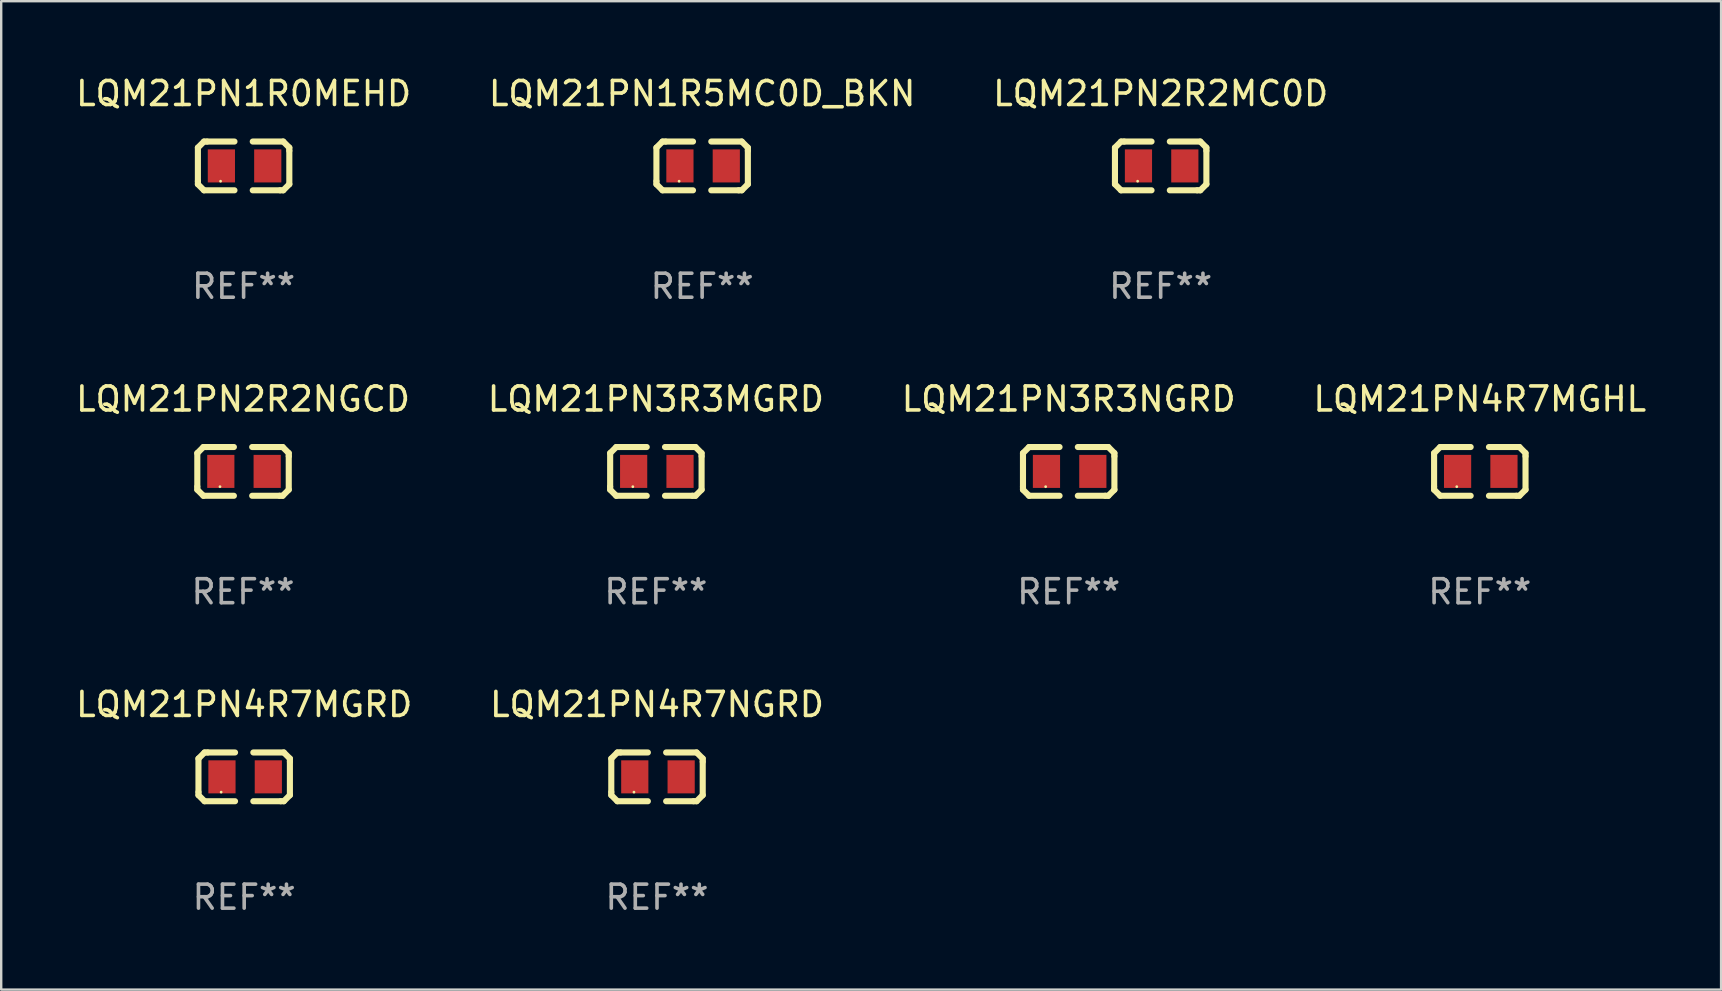
<source format=kicad_pcb>
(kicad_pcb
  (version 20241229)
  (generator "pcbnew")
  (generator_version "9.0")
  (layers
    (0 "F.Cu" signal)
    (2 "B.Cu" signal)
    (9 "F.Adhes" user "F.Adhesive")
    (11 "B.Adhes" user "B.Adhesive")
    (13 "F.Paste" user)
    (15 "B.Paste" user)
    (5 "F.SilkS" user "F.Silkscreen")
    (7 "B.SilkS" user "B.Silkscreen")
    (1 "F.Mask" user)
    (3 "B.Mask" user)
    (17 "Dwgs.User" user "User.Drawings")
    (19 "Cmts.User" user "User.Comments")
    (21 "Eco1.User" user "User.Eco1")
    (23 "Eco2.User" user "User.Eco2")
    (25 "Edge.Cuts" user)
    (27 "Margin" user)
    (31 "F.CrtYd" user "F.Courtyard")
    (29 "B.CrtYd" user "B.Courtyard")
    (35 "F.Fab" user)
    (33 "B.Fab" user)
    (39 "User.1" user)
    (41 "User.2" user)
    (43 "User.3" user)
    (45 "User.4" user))
  (footprint "LQM21PN2R2NGCD"
    (layer "F.Cu")
    (at 7.077 16.593)
    (property "Reference" "LQM21PN2R2NGCD" (at 0 -3.016 0) (layer "F.SilkS") (effects (font (size 1 1) (thickness 0.15))))
    (attr through_hole)
    (fp_line (start -1.905 -0.762) (end -1.905 0.635) (stroke (width 0.254) (type solid)) (layer "F.SilkS"))
    (fp_line (start -1.905 0.635) (end -1.905 0.762) (stroke (width 0.254) (type solid)) (layer "F.SilkS"))
    (fp_line (start -1.905 0.762) (end -1.651 1.016) (stroke (width 0.254) (type solid)) (layer "F.SilkS"))
    (fp_line (start -1.651 -1.016) (end -1.905 -0.762) (stroke (width 0.254) (type solid)) (layer "F.SilkS"))
    (fp_line (start -1.651 1.016) (end -0.381 1.016) (stroke (width 0.254) (type solid)) (layer "F.SilkS"))
    (fp_line (start -1.524 -1.016) (end -1.651 -1.016) (stroke (width 0.254) (type solid)) (layer "F.SilkS"))
    (fp_line (start -0.381 -1.016) (end -1.524 -1.016) (stroke (width 0.254) (type solid)) (layer "F.SilkS"))
    (fp_line (start 0.381 1.016) (end 1.524 1.016) (stroke (width 0.254) (type solid)) (layer "F.SilkS"))
    (fp_line (start 1.524 1.016) (end 1.651 1.016) (stroke (width 0.254) (type solid)) (layer "F.SilkS"))
    (fp_line (start 1.651 -1.016) (end 0.381 -1.016) (stroke (width 0.254) (type solid)) (layer "F.SilkS"))
    (fp_line (start 1.651 1.016) (end 1.905 0.762) (stroke (width 0.254) (type solid)) (layer "F.SilkS"))
    (fp_line (start 1.905 -0.762) (end 1.651 -1.016) (stroke (width 0.254) (type solid)) (layer "F.SilkS"))
    (fp_line (start 1.905 -0.635) (end 1.905 -0.762) (stroke (width 0.254) (type solid)) (layer "F.SilkS"))
    (fp_line (start 1.905 0.762) (end 1.905 -0.635) (stroke (width 0.254) (type solid)) (layer "F.SilkS"))
    (fp_circle (center -0.96 0.637) (end -0.93 0.637) (stroke (width 0.06) (type solid)) (fill no) (layer "F.SilkS"))
    (fp_text user "REF**" (at 0 5.016 0) (layer "F.Fab") (effects (font (size 1 1) (thickness 0.15))))
    (pad "1" smd rect (at -0.926 -0.000051) (size 1.133 1.377) (layers "F.Cu" "F.Mask" "F.Paste"))
    (pad "2" smd rect (at 1.006 -0.000051) (size 1.133 1.377) (layers "F.Cu" "F.Mask" "F.Paste")))
  (footprint "LQM21PN3R3MGRD"
    (layer "F.Cu")
    (at 24.28 16.593)
    (property "Reference" "LQM21PN3R3MGRD" (at 0 -3.016 0) (layer "F.SilkS") (effects (font (size 1 1) (thickness 0.15))))
    (attr through_hole)
    (fp_line (start -1.905 -0.762) (end -1.905 0.635) (stroke (width 0.254) (type solid)) (layer "F.SilkS"))
    (fp_line (start -1.905 0.635) (end -1.905 0.762) (stroke (width 0.254) (type solid)) (layer "F.SilkS"))
    (fp_line (start -1.905 0.762) (end -1.651 1.016) (stroke (width 0.254) (type solid)) (layer "F.SilkS"))
    (fp_line (start -1.651 -1.016) (end -1.905 -0.762) (stroke (width 0.254) (type solid)) (layer "F.SilkS"))
    (fp_line (start -1.651 1.016) (end -0.381 1.016) (stroke (width 0.254) (type solid)) (layer "F.SilkS"))
    (fp_line (start -1.524 -1.016) (end -1.651 -1.016) (stroke (width 0.254) (type solid)) (layer "F.SilkS"))
    (fp_line (start -0.381 -1.016) (end -1.524 -1.016) (stroke (width 0.254) (type solid)) (layer "F.SilkS"))
    (fp_line (start 0.381 1.016) (end 1.524 1.016) (stroke (width 0.254) (type solid)) (layer "F.SilkS"))
    (fp_line (start 1.524 1.016) (end 1.651 1.016) (stroke (width 0.254) (type solid)) (layer "F.SilkS"))
    (fp_line (start 1.651 -1.016) (end 0.381 -1.016) (stroke (width 0.254) (type solid)) (layer "F.SilkS"))
    (fp_line (start 1.651 1.016) (end 1.905 0.762) (stroke (width 0.254) (type solid)) (layer "F.SilkS"))
    (fp_line (start 1.905 -0.762) (end 1.651 -1.016) (stroke (width 0.254) (type solid)) (layer "F.SilkS"))
    (fp_line (start 1.905 -0.635) (end 1.905 -0.762) (stroke (width 0.254) (type solid)) (layer "F.SilkS"))
    (fp_line (start 1.905 0.762) (end 1.905 -0.635) (stroke (width 0.254) (type solid)) (layer "F.SilkS"))
    (fp_circle (center -0.96 0.637) (end -0.93 0.637) (stroke (width 0.06) (type solid)) (fill no) (layer "F.SilkS"))
    (fp_text user "REF**" (at 0 5.016 0) (layer "F.Fab") (effects (font (size 1 1) (thickness 0.15))))
    (pad "1" smd rect (at -0.926 -0.000051) (size 1.133 1.377) (layers "F.Cu" "F.Mask" "F.Paste"))
    (pad "2" smd rect (at 1.006 -0.000051) (size 1.133 1.377) (layers "F.Cu" "F.Mask" "F.Paste")))
  (footprint "LQM21PN2R2MC0D"
    (layer "F.Cu")
    (at 45.315 3.864)
    (property "Reference" "LQM21PN2R2MC0D" (at 0 -3.016 0) (layer "F.SilkS") (effects (font (size 1 1) (thickness 0.15))))
    (attr through_hole)
    (fp_line (start -1.905 -0.762) (end -1.905 0.635) (stroke (width 0.254) (type solid)) (layer "F.SilkS"))
    (fp_line (start -1.905 0.635) (end -1.905 0.762) (stroke (width 0.254) (type solid)) (layer "F.SilkS"))
    (fp_line (start -1.905 0.762) (end -1.651 1.016) (stroke (width 0.254) (type solid)) (layer "F.SilkS"))
    (fp_line (start -1.651 -1.016) (end -1.905 -0.762) (stroke (width 0.254) (type solid)) (layer "F.SilkS"))
    (fp_line (start -1.651 1.016) (end -0.381 1.016) (stroke (width 0.254) (type solid)) (layer "F.SilkS"))
    (fp_line (start -1.524 -1.016) (end -1.651 -1.016) (stroke (width 0.254) (type solid)) (layer "F.SilkS"))
    (fp_line (start -0.381 -1.016) (end -1.524 -1.016) (stroke (width 0.254) (type solid)) (layer "F.SilkS"))
    (fp_line (start 0.381 1.016) (end 1.524 1.016) (stroke (width 0.254) (type solid)) (layer "F.SilkS"))
    (fp_line (start 1.524 1.016) (end 1.651 1.016) (stroke (width 0.254) (type solid)) (layer "F.SilkS"))
    (fp_line (start 1.651 -1.016) (end 0.381 -1.016) (stroke (width 0.254) (type solid)) (layer "F.SilkS"))
    (fp_line (start 1.651 1.016) (end 1.905 0.762) (stroke (width 0.254) (type solid)) (layer "F.SilkS"))
    (fp_line (start 1.905 -0.762) (end 1.651 -1.016) (stroke (width 0.254) (type solid)) (layer "F.SilkS"))
    (fp_line (start 1.905 -0.635) (end 1.905 -0.762) (stroke (width 0.254) (type solid)) (layer "F.SilkS"))
    (fp_line (start 1.905 0.762) (end 1.905 -0.635) (stroke (width 0.254) (type solid)) (layer "F.SilkS"))
    (fp_circle (center -0.96 0.637) (end -0.93 0.637) (stroke (width 0.06) (type solid)) (fill no) (layer "F.SilkS"))
    (fp_text user "REF**" (at 0 5.016 0) (layer "F.Fab") (effects (font (size 1 1) (thickness 0.15))))
    (pad "1" smd rect (at -0.926 -0.000051) (size 1.133 1.377) (layers "F.Cu" "F.Mask" "F.Paste"))
    (pad "2" smd rect (at 1.006 -0.000051) (size 1.133 1.377) (layers "F.Cu" "F.Mask" "F.Paste")))
  (footprint "LQM21PN4R7NGRD"
    (layer "F.Cu")
    (at 24.327 29.321)
    (property "Reference" "LQM21PN4R7NGRD" (at 0 -3.016 0) (layer "F.SilkS") (effects (font (size 1 1) (thickness 0.15))))
    (attr through_hole)
    (fp_line (start -1.905 -0.762) (end -1.905 0.635) (stroke (width 0.254) (type solid)) (layer "F.SilkS"))
    (fp_line (start -1.905 0.635) (end -1.905 0.762) (stroke (width 0.254) (type solid)) (layer "F.SilkS"))
    (fp_line (start -1.905 0.762) (end -1.651 1.016) (stroke (width 0.254) (type solid)) (layer "F.SilkS"))
    (fp_line (start -1.651 -1.016) (end -1.905 -0.762) (stroke (width 0.254) (type solid)) (layer "F.SilkS"))
    (fp_line (start -1.651 1.016) (end -0.381 1.016) (stroke (width 0.254) (type solid)) (layer "F.SilkS"))
    (fp_line (start -1.524 -1.016) (end -1.651 -1.016) (stroke (width 0.254) (type solid)) (layer "F.SilkS"))
    (fp_line (start -0.381 -1.016) (end -1.524 -1.016) (stroke (width 0.254) (type solid)) (layer "F.SilkS"))
    (fp_line (start 0.381 1.016) (end 1.524 1.016) (stroke (width 0.254) (type solid)) (layer "F.SilkS"))
    (fp_line (start 1.524 1.016) (end 1.651 1.016) (stroke (width 0.254) (type solid)) (layer "F.SilkS"))
    (fp_line (start 1.651 -1.016) (end 0.381 -1.016) (stroke (width 0.254) (type solid)) (layer "F.SilkS"))
    (fp_line (start 1.651 1.016) (end 1.905 0.762) (stroke (width 0.254) (type solid)) (layer "F.SilkS"))
    (fp_line (start 1.905 -0.762) (end 1.651 -1.016) (stroke (width 0.254) (type solid)) (layer "F.SilkS"))
    (fp_line (start 1.905 -0.635) (end 1.905 -0.762) (stroke (width 0.254) (type solid)) (layer "F.SilkS"))
    (fp_line (start 1.905 0.762) (end 1.905 -0.635) (stroke (width 0.254) (type solid)) (layer "F.SilkS"))
    (fp_circle (center -0.96 0.637) (end -0.93 0.637) (stroke (width 0.06) (type solid)) (fill no) (layer "F.SilkS"))
    (fp_text user "REF**" (at 0 5.016 0) (layer "F.Fab") (effects (font (size 1 1) (thickness 0.15))))
    (pad "1" smd rect (at -0.926 -0.000051) (size 1.133 1.377) (layers "F.Cu" "F.Mask" "F.Paste"))
    (pad "2" smd rect (at 1.006 -0.000051) (size 1.133 1.377) (layers "F.Cu" "F.Mask" "F.Paste")))
  (footprint "LQM21PN1R0MEHD"
    (layer "F.Cu")
    (at 7.101 3.864)
    (property "Reference" "LQM21PN1R0MEHD" (at 0 -3.016 0) (layer "F.SilkS") (effects (font (size 1 1) (thickness 0.15))))
    (attr through_hole)
    (fp_line (start -1.905 -0.762) (end -1.905 0.635) (stroke (width 0.254) (type solid)) (layer "F.SilkS"))
    (fp_line (start -1.905 0.635) (end -1.905 0.762) (stroke (width 0.254) (type solid)) (layer "F.SilkS"))
    (fp_line (start -1.905 0.762) (end -1.651 1.016) (stroke (width 0.254) (type solid)) (layer "F.SilkS"))
    (fp_line (start -1.651 -1.016) (end -1.905 -0.762) (stroke (width 0.254) (type solid)) (layer "F.SilkS"))
    (fp_line (start -1.651 1.016) (end -0.381 1.016) (stroke (width 0.254) (type solid)) (layer "F.SilkS"))
    (fp_line (start -1.524 -1.016) (end -1.651 -1.016) (stroke (width 0.254) (type solid)) (layer "F.SilkS"))
    (fp_line (start -0.381 -1.016) (end -1.524 -1.016) (stroke (width 0.254) (type solid)) (layer "F.SilkS"))
    (fp_line (start 0.381 1.016) (end 1.524 1.016) (stroke (width 0.254) (type solid)) (layer "F.SilkS"))
    (fp_line (start 1.524 1.016) (end 1.651 1.016) (stroke (width 0.254) (type solid)) (layer "F.SilkS"))
    (fp_line (start 1.651 -1.016) (end 0.381 -1.016) (stroke (width 0.254) (type solid)) (layer "F.SilkS"))
    (fp_line (start 1.651 1.016) (end 1.905 0.762) (stroke (width 0.254) (type solid)) (layer "F.SilkS"))
    (fp_line (start 1.905 -0.762) (end 1.651 -1.016) (stroke (width 0.254) (type solid)) (layer "F.SilkS"))
    (fp_line (start 1.905 -0.635) (end 1.905 -0.762) (stroke (width 0.254) (type solid)) (layer "F.SilkS"))
    (fp_line (start 1.905 0.762) (end 1.905 -0.635) (stroke (width 0.254) (type solid)) (layer "F.SilkS"))
    (fp_circle (center -0.96 0.637) (end -0.93 0.637) (stroke (width 0.06) (type solid)) (fill no) (layer "F.SilkS"))
    (fp_text user "REF**" (at 0 5.016 0) (layer "F.Fab") (effects (font (size 1 1) (thickness 0.15))))
    (pad "1" smd rect (at -0.926 -0.000051) (size 1.133 1.377) (layers "F.Cu" "F.Mask" "F.Paste"))
    (pad "2" smd rect (at 1.006 -0.000051) (size 1.133 1.377) (layers "F.Cu" "F.Mask" "F.Paste")))
  (footprint "LQM21PN3R3NGRD"
    (layer "F.Cu")
    (at 41.482 16.593)
    (property "Reference" "LQM21PN3R3NGRD" (at 0 -3.016 0) (layer "F.SilkS") (effects (font (size 1 1) (thickness 0.15))))
    (attr through_hole)
    (fp_line (start -1.905 -0.762) (end -1.905 0.635) (stroke (width 0.254) (type solid)) (layer "F.SilkS"))
    (fp_line (start -1.905 0.635) (end -1.905 0.762) (stroke (width 0.254) (type solid)) (layer "F.SilkS"))
    (fp_line (start -1.905 0.762) (end -1.651 1.016) (stroke (width 0.254) (type solid)) (layer "F.SilkS"))
    (fp_line (start -1.651 -1.016) (end -1.905 -0.762) (stroke (width 0.254) (type solid)) (layer "F.SilkS"))
    (fp_line (start -1.651 1.016) (end -0.381 1.016) (stroke (width 0.254) (type solid)) (layer "F.SilkS"))
    (fp_line (start -1.524 -1.016) (end -1.651 -1.016) (stroke (width 0.254) (type solid)) (layer "F.SilkS"))
    (fp_line (start -0.381 -1.016) (end -1.524 -1.016) (stroke (width 0.254) (type solid)) (layer "F.SilkS"))
    (fp_line (start 0.381 1.016) (end 1.524 1.016) (stroke (width 0.254) (type solid)) (layer "F.SilkS"))
    (fp_line (start 1.524 1.016) (end 1.651 1.016) (stroke (width 0.254) (type solid)) (layer "F.SilkS"))
    (fp_line (start 1.651 -1.016) (end 0.381 -1.016) (stroke (width 0.254) (type solid)) (layer "F.SilkS"))
    (fp_line (start 1.651 1.016) (end 1.905 0.762) (stroke (width 0.254) (type solid)) (layer "F.SilkS"))
    (fp_line (start 1.905 -0.762) (end 1.651 -1.016) (stroke (width 0.254) (type solid)) (layer "F.SilkS"))
    (fp_line (start 1.905 -0.635) (end 1.905 -0.762) (stroke (width 0.254) (type solid)) (layer "F.SilkS"))
    (fp_line (start 1.905 0.762) (end 1.905 -0.635) (stroke (width 0.254) (type solid)) (layer "F.SilkS"))
    (fp_circle (center -0.96 0.637) (end -0.93 0.637) (stroke (width 0.06) (type solid)) (fill no) (layer "F.SilkS"))
    (fp_text user "REF**" (at 0 5.016 0) (layer "F.Fab") (effects (font (size 1 1) (thickness 0.15))))
    (pad "1" smd rect (at -0.926 -0.000051) (size 1.133 1.377) (layers "F.Cu" "F.Mask" "F.Paste"))
    (pad "2" smd rect (at 1.006 -0.000051) (size 1.133 1.377) (layers "F.Cu" "F.Mask" "F.Paste")))
  (footprint "LQM21PN1R5MC0D_BKN"
    (layer "F.Cu")
    (at 26.208 3.864)
    (property "Reference" "LQM21PN1R5MC0D_BKN" (at 0 -3.016 0) (layer "F.SilkS") (effects (font (size 1 1) (thickness 0.15))))
    (attr through_hole)
    (fp_line (start -1.905 -0.762) (end -1.905 0.635) (stroke (width 0.254) (type solid)) (layer "F.SilkS"))
    (fp_line (start -1.905 0.635) (end -1.905 0.762) (stroke (width 0.254) (type solid)) (layer "F.SilkS"))
    (fp_line (start -1.905 0.762) (end -1.651 1.016) (stroke (width 0.254) (type solid)) (layer "F.SilkS"))
    (fp_line (start -1.651 -1.016) (end -1.905 -0.762) (stroke (width 0.254) (type solid)) (layer "F.SilkS"))
    (fp_line (start -1.651 1.016) (end -0.381 1.016) (stroke (width 0.254) (type solid)) (layer "F.SilkS"))
    (fp_line (start -1.524 -1.016) (end -1.651 -1.016) (stroke (width 0.254) (type solid)) (layer "F.SilkS"))
    (fp_line (start -0.381 -1.016) (end -1.524 -1.016) (stroke (width 0.254) (type solid)) (layer "F.SilkS"))
    (fp_line (start 0.381 1.016) (end 1.524 1.016) (stroke (width 0.254) (type solid)) (layer "F.SilkS"))
    (fp_line (start 1.524 1.016) (end 1.651 1.016) (stroke (width 0.254) (type solid)) (layer "F.SilkS"))
    (fp_line (start 1.651 -1.016) (end 0.381 -1.016) (stroke (width 0.254) (type solid)) (layer "F.SilkS"))
    (fp_line (start 1.651 1.016) (end 1.905 0.762) (stroke (width 0.254) (type solid)) (layer "F.SilkS"))
    (fp_line (start 1.905 -0.762) (end 1.651 -1.016) (stroke (width 0.254) (type solid)) (layer "F.SilkS"))
    (fp_line (start 1.905 -0.635) (end 1.905 -0.762) (stroke (width 0.254) (type solid)) (layer "F.SilkS"))
    (fp_line (start 1.905 0.762) (end 1.905 -0.635) (stroke (width 0.254) (type solid)) (layer "F.SilkS"))
    (fp_circle (center -0.96 0.637) (end -0.93 0.637) (stroke (width 0.06) (type solid)) (fill no) (layer "F.SilkS"))
    (fp_text user "REF**" (at 0 5.016 0) (layer "F.Fab") (effects (font (size 1 1) (thickness 0.15))))
    (pad "1" smd rect (at -0.926 -0.000051) (size 1.133 1.377) (layers "F.Cu" "F.Mask" "F.Paste"))
    (pad "2" smd rect (at 1.006 -0.000051) (size 1.133 1.377) (layers "F.Cu" "F.Mask" "F.Paste")))
  (footprint "LQM21PN4R7MGRD"
    (layer "F.Cu")
    (at 7.125 29.321)
    (property "Reference" "LQM21PN4R7MGRD" (at 0 -3.016 0) (layer "F.SilkS") (effects (font (size 1 1) (thickness 0.15))))
    (attr through_hole)
    (fp_line (start -1.905 -0.762) (end -1.905 0.635) (stroke (width 0.254) (type solid)) (layer "F.SilkS"))
    (fp_line (start -1.905 0.635) (end -1.905 0.762) (stroke (width 0.254) (type solid)) (layer "F.SilkS"))
    (fp_line (start -1.905 0.762) (end -1.651 1.016) (stroke (width 0.254) (type solid)) (layer "F.SilkS"))
    (fp_line (start -1.651 -1.016) (end -1.905 -0.762) (stroke (width 0.254) (type solid)) (layer "F.SilkS"))
    (fp_line (start -1.651 1.016) (end -0.381 1.016) (stroke (width 0.254) (type solid)) (layer "F.SilkS"))
    (fp_line (start -1.524 -1.016) (end -1.651 -1.016) (stroke (width 0.254) (type solid)) (layer "F.SilkS"))
    (fp_line (start -0.381 -1.016) (end -1.524 -1.016) (stroke (width 0.254) (type solid)) (layer "F.SilkS"))
    (fp_line (start 0.381 1.016) (end 1.524 1.016) (stroke (width 0.254) (type solid)) (layer "F.SilkS"))
    (fp_line (start 1.524 1.016) (end 1.651 1.016) (stroke (width 0.254) (type solid)) (layer "F.SilkS"))
    (fp_line (start 1.651 -1.016) (end 0.381 -1.016) (stroke (width 0.254) (type solid)) (layer "F.SilkS"))
    (fp_line (start 1.651 1.016) (end 1.905 0.762) (stroke (width 0.254) (type solid)) (layer "F.SilkS"))
    (fp_line (start 1.905 -0.762) (end 1.651 -1.016) (stroke (width 0.254) (type solid)) (layer "F.SilkS"))
    (fp_line (start 1.905 -0.635) (end 1.905 -0.762) (stroke (width 0.254) (type solid)) (layer "F.SilkS"))
    (fp_line (start 1.905 0.762) (end 1.905 -0.635) (stroke (width 0.254) (type solid)) (layer "F.SilkS"))
    (fp_circle (center -0.96 0.637) (end -0.93 0.637) (stroke (width 0.06) (type solid)) (fill no) (layer "F.SilkS"))
    (fp_text user "REF**" (at 0 5.016 0) (layer "F.Fab") (effects (font (size 1 1) (thickness 0.15))))
    (pad "1" smd rect (at -0.926 -0.000051) (size 1.133 1.377) (layers "F.Cu" "F.Mask" "F.Paste"))
    (pad "2" smd rect (at 1.006 -0.000051) (size 1.133 1.377) (layers "F.Cu" "F.Mask" "F.Paste")))
  (footprint "LQM21PN4R7MGHL"
    (layer "F.Cu")
    (at 58.613 16.593)
    (property "Reference" "LQM21PN4R7MGHL" (at 0 -3.016 0) (layer "F.SilkS") (effects (font (size 1 1) (thickness 0.15))))
    (attr through_hole)
    (fp_line (start -1.905 -0.762) (end -1.905 0.635) (stroke (width 0.254) (type solid)) (layer "F.SilkS"))
    (fp_line (start -1.905 0.635) (end -1.905 0.762) (stroke (width 0.254) (type solid)) (layer "F.SilkS"))
    (fp_line (start -1.905 0.762) (end -1.651 1.016) (stroke (width 0.254) (type solid)) (layer "F.SilkS"))
    (fp_line (start -1.651 -1.016) (end -1.905 -0.762) (stroke (width 0.254) (type solid)) (layer "F.SilkS"))
    (fp_line (start -1.651 1.016) (end -0.381 1.016) (stroke (width 0.254) (type solid)) (layer "F.SilkS"))
    (fp_line (start -1.524 -1.016) (end -1.651 -1.016) (stroke (width 0.254) (type solid)) (layer "F.SilkS"))
    (fp_line (start -0.381 -1.016) (end -1.524 -1.016) (stroke (width 0.254) (type solid)) (layer "F.SilkS"))
    (fp_line (start 0.381 1.016) (end 1.524 1.016) (stroke (width 0.254) (type solid)) (layer "F.SilkS"))
    (fp_line (start 1.524 1.016) (end 1.651 1.016) (stroke (width 0.254) (type solid)) (layer "F.SilkS"))
    (fp_line (start 1.651 -1.016) (end 0.381 -1.016) (stroke (width 0.254) (type solid)) (layer "F.SilkS"))
    (fp_line (start 1.651 1.016) (end 1.905 0.762) (stroke (width 0.254) (type solid)) (layer "F.SilkS"))
    (fp_line (start 1.905 -0.762) (end 1.651 -1.016) (stroke (width 0.254) (type solid)) (layer "F.SilkS"))
    (fp_line (start 1.905 -0.635) (end 1.905 -0.762) (stroke (width 0.254) (type solid)) (layer "F.SilkS"))
    (fp_line (start 1.905 0.762) (end 1.905 -0.635) (stroke (width 0.254) (type solid)) (layer "F.SilkS"))
    (fp_circle (center -0.96 0.637) (end -0.93 0.637) (stroke (width 0.06) (type solid)) (fill no) (layer "F.SilkS"))
    (fp_text user "REF**" (at 0 5.016 0) (layer "F.Fab") (effects (font (size 1 1) (thickness 0.15))))
    (pad "1" smd rect (at -0.926 -0.000051) (size 1.133 1.377) (layers "F.Cu" "F.Mask" "F.Paste"))
    (pad "2" smd rect (at 1.006 -0.000051) (size 1.133 1.377) (layers "F.Cu" "F.Mask" "F.Paste")))
  (gr_rect
    (start -3 -3)
    (end 68.667 38.186)
    (stroke (width 0.1) (type default))
    (fill no)
    (layer "Edge.Cuts")))
</source>
